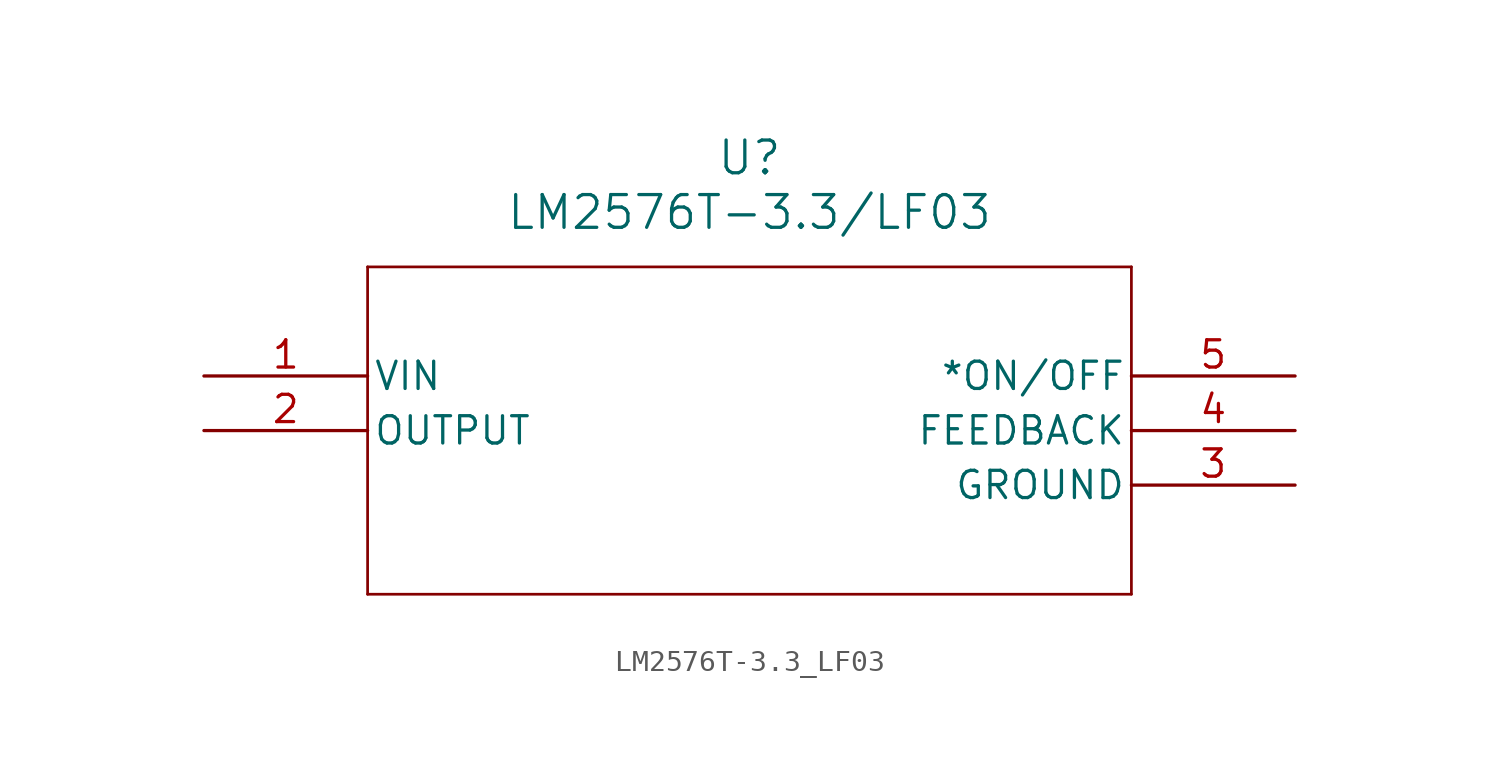
<source format=kicad_sym>
(kicad_symbol_lib
  (version 20211014)
  (generator kicad_symbol_editor)
  (symbol "LM2576T-3.3_LF03"
    (pin_names
      (offset 0.254))
    (property "Reference" "U"
      (at 25.4 10.16 0)
      (effects (font (size 1.524 1.524))))
    (property "Value" "LM2576T-3.3/LF03"
      (at 25.4 7.62 0)
      (effects (font (size 1.524 1.524))))
    (polyline
      (pts (xy 7.62 5.08) (xy 7.62 -10.16))
      (stroke (width 0.127) (type default) (color 0 0 0 0))
      (fill (type none)))
    (polyline
      (pts (xy 7.62 -10.16) (xy 43.18 -10.16))
      (stroke (width 0.127) (type default) (color 0 0 0 0))
      (fill (type none)))
    (polyline
      (pts (xy 43.18 -10.16) (xy 43.18 5.08))
      (stroke (width 0.127) (type default) (color 0 0 0 0))
      (fill (type none)))
    (polyline
      (pts (xy 43.18 5.08) (xy 7.62 5.08))
      (stroke (width 0.127) (type default) (color 0 0 0 0))
      (fill (type none)))
    (pin input line
      (at 0 0 0)
      (length 7.62)
      (name "VIN" (effects (font (size 1.27 1.27))))
      (number "1" (effects (font (size 1.27 1.27)))))
    (pin output line
      (at 0 -2.54 0)
      (length 7.62)
      (name "OUTPUT" (effects (font (size 1.27 1.27))))
      (number "2" (effects (font (size 1.27 1.27)))))
    (pin power_in line
      (at 50.8 -5.08 180)
      (length 7.62)
      (name "GROUND" (effects (font (size 1.27 1.27))))
      (number "3" (effects (font (size 1.27 1.27)))))
    (pin input line
      (at 50.8 -2.54 180)
      (length 7.62)
      (name "FEEDBACK" (effects (font (size 1.27 1.27))))
      (number "4" (effects (font (size 1.27 1.27)))))
    (pin input line
      (at 50.8 0 180)
      (length 7.62)
      (name "*ON/OFF" (effects (font (size 1.27 1.27))))
      (number "5" (effects (font (size 1.27 1.27)))))))
</source>
